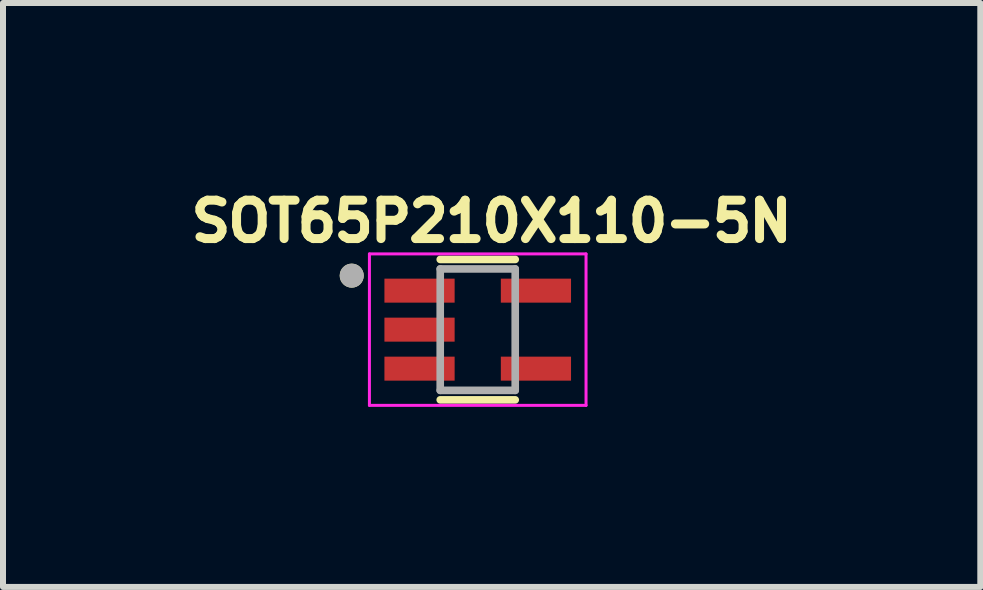
<source format=kicad_pcb>
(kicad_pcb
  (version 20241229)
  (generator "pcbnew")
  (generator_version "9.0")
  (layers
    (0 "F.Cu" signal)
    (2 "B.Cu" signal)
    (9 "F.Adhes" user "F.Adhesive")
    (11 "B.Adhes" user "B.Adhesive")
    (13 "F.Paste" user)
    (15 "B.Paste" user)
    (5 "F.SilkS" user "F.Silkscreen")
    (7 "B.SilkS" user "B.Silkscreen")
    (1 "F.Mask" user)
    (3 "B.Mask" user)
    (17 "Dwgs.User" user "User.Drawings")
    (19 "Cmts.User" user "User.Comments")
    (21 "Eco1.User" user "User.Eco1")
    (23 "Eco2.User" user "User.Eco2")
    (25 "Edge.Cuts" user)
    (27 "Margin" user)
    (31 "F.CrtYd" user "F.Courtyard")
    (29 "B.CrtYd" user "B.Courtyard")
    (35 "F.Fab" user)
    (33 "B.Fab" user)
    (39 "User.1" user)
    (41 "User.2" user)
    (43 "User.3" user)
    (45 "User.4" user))
  (footprint "SOT65P210X110-5N"
    (layer "F.Cu")
    (at 4.912 2.444)
    (property "Reference" "SOT65P210X110-5N" (at 0.232 -1.806 0) (layer "F.SilkS") (effects (font (size 0.64 0.64) (thickness 0.15))))
    (attr through_hole)
    (fp_line (start -0.625 1.17) (end 0.625 1.17) (stroke (width 0.127) (type solid)) (layer "F.SilkS"))
    (fp_line (start 0.625 -1.17) (end -0.625 -1.17) (stroke (width 0.127) (type solid)) (layer "F.SilkS"))
    (fp_circle (center -2.1 -0.9) (end -2 -0.9) (stroke (width 0.2) (type solid)) (fill no) (layer "F.SilkS"))
    (fp_line (start -1.805 -1.262) (end -1.805 1.262) (stroke (width 0.05) (type solid)) (layer "F.CrtYd"))
    (fp_line (start -1.805 1.262) (end 1.805 1.262) (stroke (width 0.05) (type solid)) (layer "F.CrtYd"))
    (fp_line (start 1.805 -1.262) (end -1.805 -1.262) (stroke (width 0.05) (type solid)) (layer "F.CrtYd"))
    (fp_line (start 1.805 1.262) (end 1.805 -1.262) (stroke (width 0.05) (type solid)) (layer "F.CrtYd"))
    (fp_line (start -0.625 -1.012) (end -0.625 1.012) (stroke (width 0.127) (type solid)) (layer "F.Fab"))
    (fp_line (start -0.625 1.012) (end 0.625 1.012) (stroke (width 0.127) (type solid)) (layer "F.Fab"))
    (fp_line (start 0.625 -1.012) (end -0.625 -1.012) (stroke (width 0.127) (type solid)) (layer "F.Fab"))
    (fp_line (start 0.625 1.012) (end 0.625 -1.012) (stroke (width 0.127) (type solid)) (layer "F.Fab"))
    (fp_circle (center -2.1 -0.9) (end -2 -0.9) (stroke (width 0.2) (type solid)) (fill no) (layer "F.Fab"))
    (pad "1" smd rect (at -0.97 -0.65) (size 1.17 0.4) (layers "F.Cu" "F.Mask" "F.Paste"))
    (pad "2" smd rect (at -0.97 0) (size 1.17 0.4) (layers "F.Cu" "F.Mask" "F.Paste"))
    (pad "3" smd rect (at -0.97 0.65) (size 1.17 0.4) (layers "F.Cu" "F.Mask" "F.Paste"))
    (pad "4" smd rect (at 0.97 0.65) (size 1.17 0.4) (layers "F.Cu" "F.Mask" "F.Paste"))
    (pad "5" smd rect (at 0.97 -0.65) (size 1.17 0.4) (layers "F.Cu" "F.Mask" "F.Paste")))
  (gr_rect
    (start -3 -3)
    (end 13.288 6.732)
    (stroke (width 0.1) (type default))
    (fill no)
    (layer "Edge.Cuts")))
</source>
